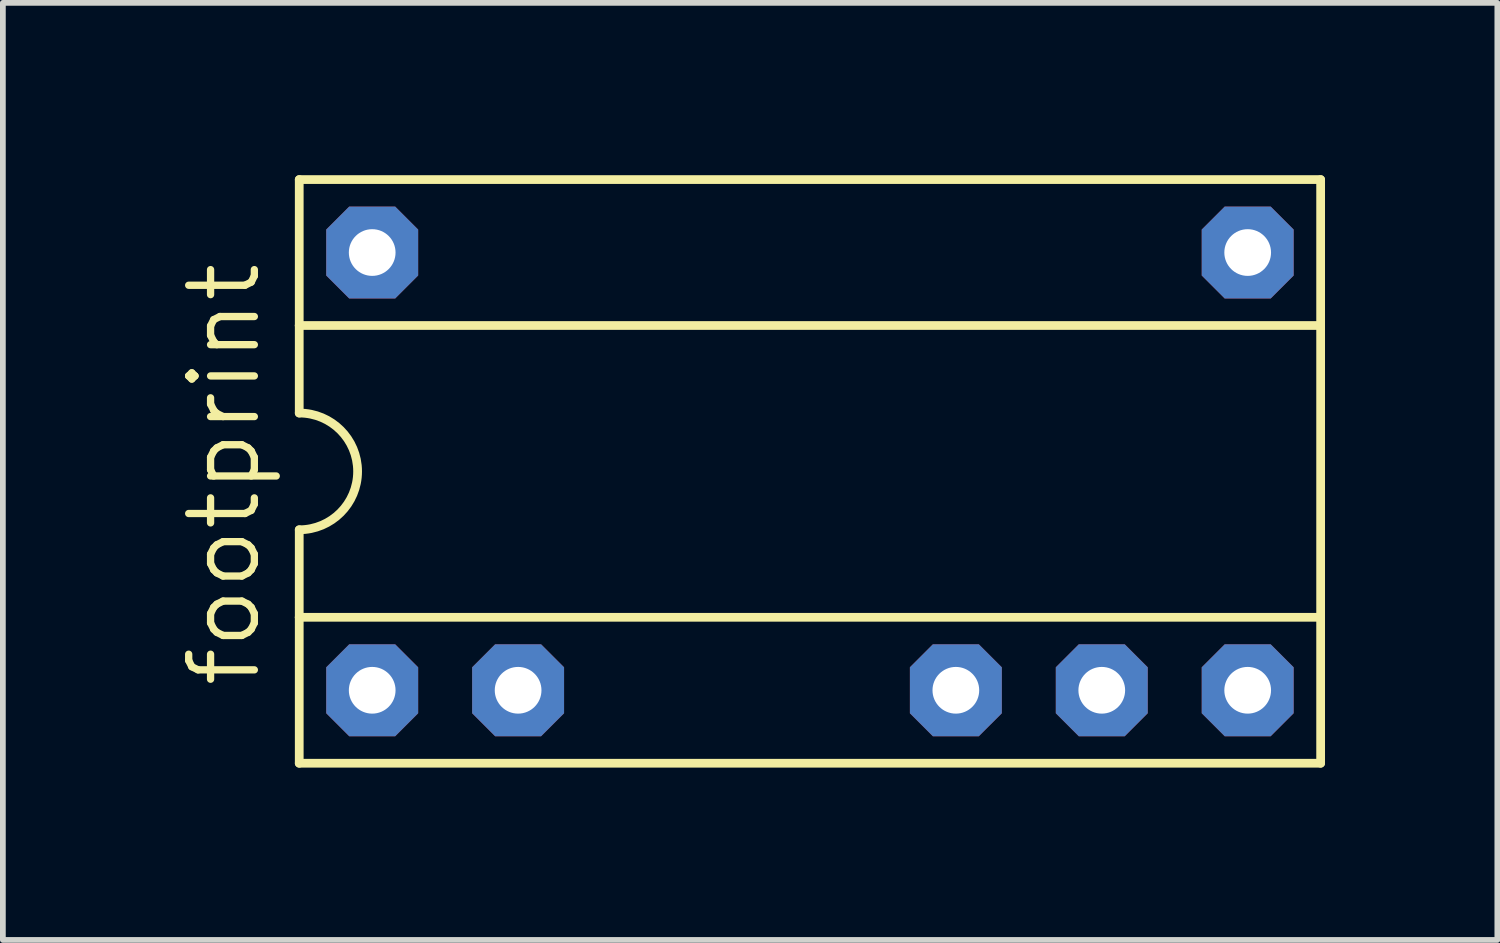
<source format=kicad_pcb>
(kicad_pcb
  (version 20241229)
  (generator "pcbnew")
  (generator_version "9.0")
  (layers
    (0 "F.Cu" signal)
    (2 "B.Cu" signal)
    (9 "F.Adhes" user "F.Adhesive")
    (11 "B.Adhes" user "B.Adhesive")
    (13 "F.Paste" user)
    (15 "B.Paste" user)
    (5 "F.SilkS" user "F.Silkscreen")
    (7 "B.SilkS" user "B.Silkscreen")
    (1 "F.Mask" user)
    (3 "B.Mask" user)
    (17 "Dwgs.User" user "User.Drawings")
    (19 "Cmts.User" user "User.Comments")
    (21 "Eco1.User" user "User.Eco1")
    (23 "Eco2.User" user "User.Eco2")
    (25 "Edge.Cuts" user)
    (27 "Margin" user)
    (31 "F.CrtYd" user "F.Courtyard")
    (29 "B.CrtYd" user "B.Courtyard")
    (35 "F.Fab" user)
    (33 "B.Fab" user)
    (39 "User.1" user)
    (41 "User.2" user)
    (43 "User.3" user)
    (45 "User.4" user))
  (footprint "footprint"
    (layer "F.Cu")
    (at 11.049 5.156)
    (property "Reference" "footprint" (at -9.525 3.81 90) (layer "F.SilkS") (effects (font (size 1.143 1.143) (thickness 0.127)) (justify left bottom)))
    (fp_line (start -8.89 -5.08) (end -8.89 -2.54) (stroke (width 0.152) (type solid)) (layer "F.SilkS"))
    (fp_line (start -8.89 -2.54) (end -8.89 -1.016) (stroke (width 0.152) (type solid)) (layer "F.SilkS"))
    (fp_line (start -8.89 -2.54) (end 8.89 -2.54) (stroke (width 0.152) (type solid)) (layer "F.SilkS"))
    (fp_line (start -8.89 2.54) (end -8.89 1.016) (stroke (width 0.152) (type solid)) (layer "F.SilkS"))
    (fp_line (start -8.89 2.54) (end 8.89 2.54) (stroke (width 0.152) (type solid)) (layer "F.SilkS"))
    (fp_line (start -8.89 5.08) (end -8.89 2.54) (stroke (width 0.152) (type solid)) (layer "F.SilkS"))
    (fp_line (start -8.89 5.08) (end 8.89 5.08) (stroke (width 0.152) (type solid)) (layer "F.SilkS"))
    (fp_line (start 8.89 -5.08) (end -8.89 -5.08) (stroke (width 0.152) (type solid)) (layer "F.SilkS"))
    (fp_line (start 8.89 -5.08) (end 8.89 -2.54) (stroke (width 0.152) (type solid)) (layer "F.SilkS"))
    (fp_line (start 8.89 -2.54) (end 8.89 2.54) (stroke (width 0.152) (type solid)) (layer "F.SilkS"))
    (fp_line (start 8.89 2.54) (end 8.89 5.08) (stroke (width 0.152) (type solid)) (layer "F.SilkS"))
    (fp_arc (start -8.89 -1.016) (mid -7.874 0) (end -8.89 1.016) (stroke (width 0.1524) (type solid)) (layer "F.SilkS"))
    (pad "1" thru_hole roundrect (at -7.62 3.81) (size 1.6 1.6) (drill 0.813) (layers "*.Cu" "*.Mask") (roundrect_rratio 0.25) (chamfer_ratio 0.25) (chamfer top_left top_right bottom_left bottom_right))
    (pad "2" thru_hole roundrect (at -5.08 3.81) (size 1.6 1.6) (drill 0.813) (layers "*.Cu" "*.Mask") (roundrect_rratio 0.25) (chamfer_ratio 0.25) (chamfer top_left top_right bottom_left bottom_right))
    (pad "5" thru_hole roundrect (at 2.54 3.81) (size 1.6 1.6) (drill 0.813) (layers "*.Cu" "*.Mask") (roundrect_rratio 0.25) (chamfer_ratio 0.25) (chamfer top_left top_right bottom_left bottom_right))
    (pad "6" thru_hole roundrect (at 5.08 3.81) (size 1.6 1.6) (drill 0.813) (layers "*.Cu" "*.Mask") (roundrect_rratio 0.25) (chamfer_ratio 0.25) (chamfer top_left top_right bottom_left bottom_right))
    (pad "7" thru_hole roundrect (at 7.62 3.81) (size 1.6 1.6) (drill 0.813) (layers "*.Cu" "*.Mask") (roundrect_rratio 0.25) (chamfer_ratio 0.25) (chamfer top_left top_right bottom_left bottom_right))
    (pad "8" thru_hole roundrect (at 7.62 -3.81) (size 1.6 1.6) (drill 0.813) (layers "*.Cu" "*.Mask") (roundrect_rratio 0.25) (chamfer_ratio 0.25) (chamfer top_left top_right bottom_left bottom_right))
    (pad "14" thru_hole roundrect (at -7.62 -3.81) (size 1.6 1.6) (drill 0.813) (layers "*.Cu" "*.Mask") (roundrect_rratio 0.25) (chamfer_ratio 0.25) (chamfer top_left top_right bottom_left bottom_right)))
  (gr_rect
    (start -3 -3)
    (end 23.015 13.312)
    (stroke (width 0.1) (type default))
    (fill no)
    (layer "Edge.Cuts")))
</source>
